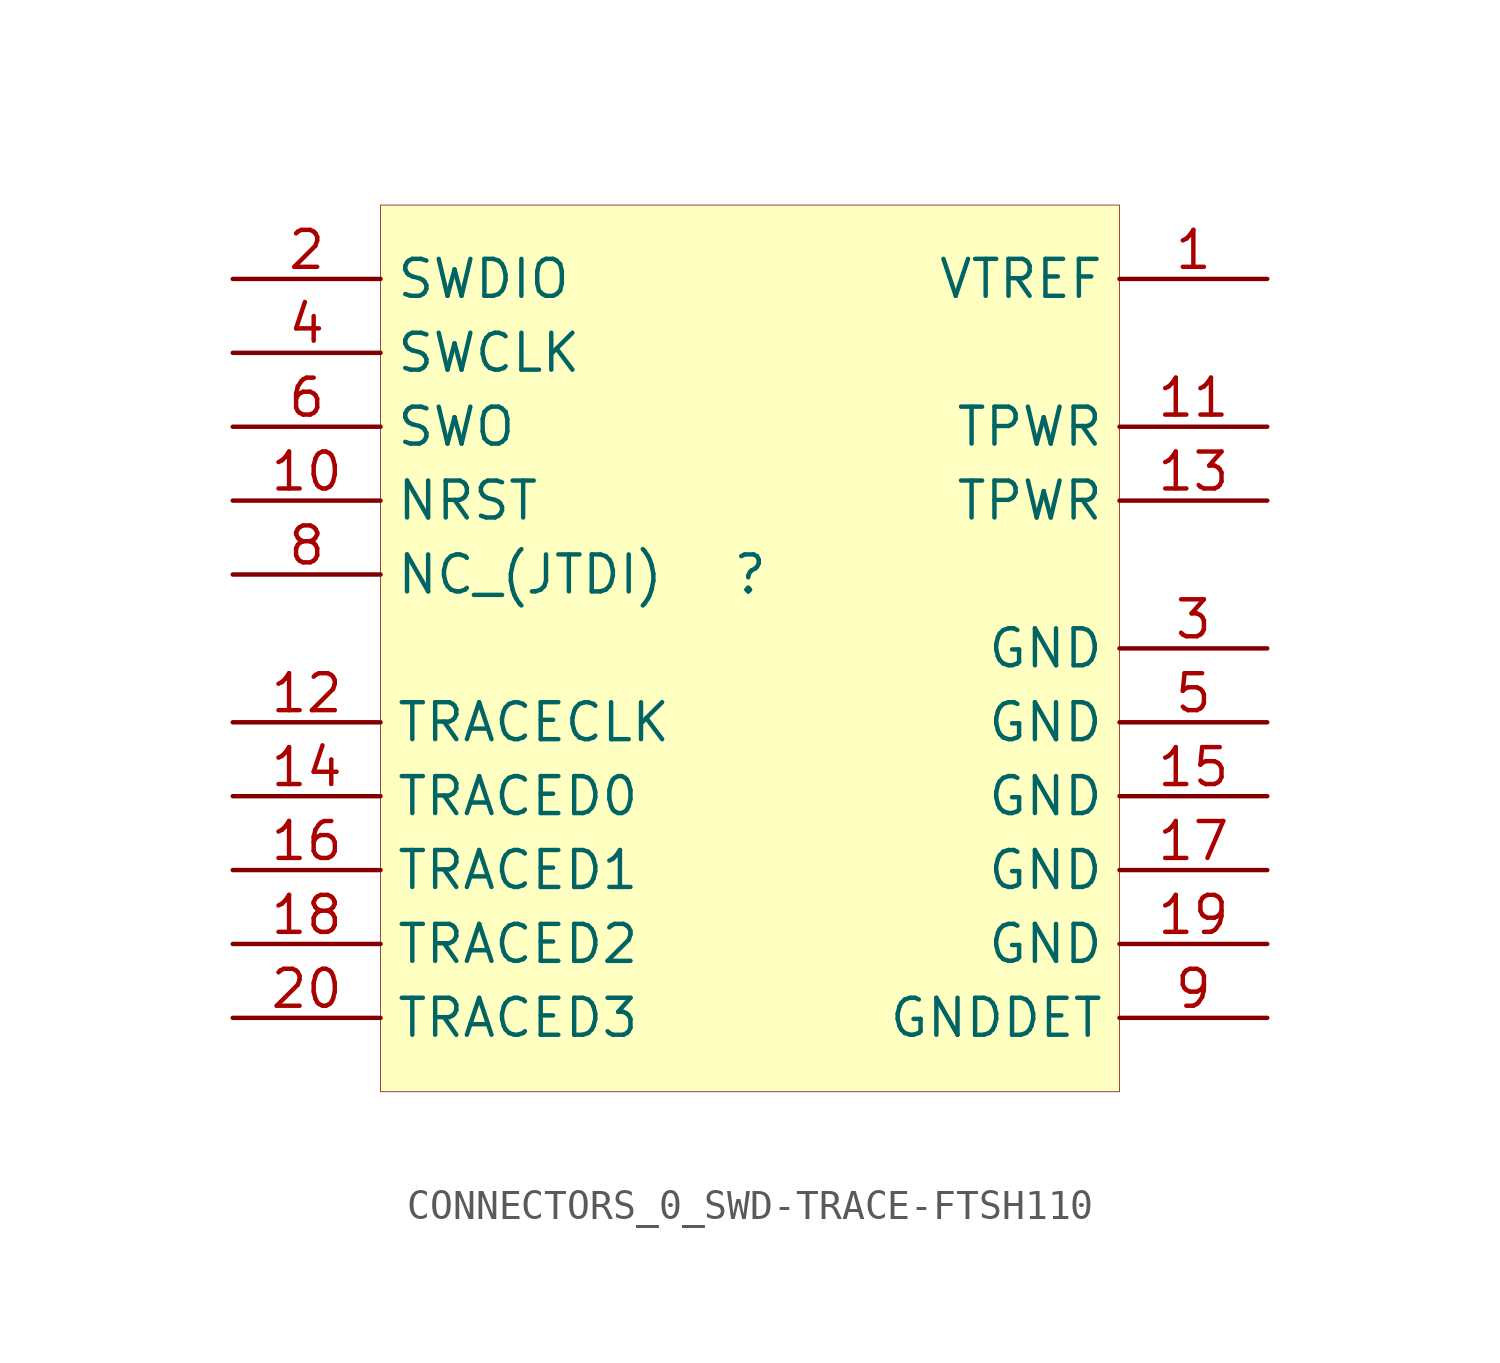
<source format=kicad_sym>
(kicad_symbol_lib
  (version 20231120)
  (generator "kicad_symbol_editor")
  (generator_version "7.99")
  (symbol "CONNECTORS_0_SWD-TRACE-FTSH110"
    (property "Reference" ""
      (at 0 0 0)
      (effects (font (size 1.27 1.27))))
    (property "Value" ""
      (at 0 0 0)
      (effects (font (size 1.27 1.27))))
    (symbol "CONNECTORS_0_SWD-TRACE-FTSH110_1_0"
      (rectangle (start 12.7 12.7) (end -12.7 -17.78) (stroke (width 0.025) (type solid) (color 128 0 0 1)) (fill (type background)))
      (pin passive line (at 17.78 10.16 180) (length 5.08) (name "VTREF" (effects (font (size 1.27 1.27)))) (number "1" (effects (font (size 1.27 1.27)))))
      (pin passive line (at -17.78 2.54 0) (length 5.08) (name "NRST" (effects (font (size 1.27 1.27)))) (number "10" (effects (font (size 1.27 1.27)))))
      (pin passive line (at 17.78 5.08 180) (length 5.08) (name "TPWR" (effects (font (size 1.27 1.27)))) (number "11" (effects (font (size 1.27 1.27)))))
      (pin passive line (at -17.78 -5.08 0) (length 5.08) (name "TRACECLK" (effects (font (size 1.27 1.27)))) (number "12" (effects (font (size 1.27 1.27)))))
      (pin passive line (at 17.78 2.54 180) (length 5.08) (name "TPWR" (effects (font (size 1.27 1.27)))) (number "13" (effects (font (size 1.27 1.27)))))
      (pin passive line (at -17.78 -7.62 0) (length 5.08) (name "TRACED0" (effects (font (size 1.27 1.27)))) (number "14" (effects (font (size 1.27 1.27)))))
      (pin passive line (at 17.78 -7.62 180) (length 5.08) (name "GND" (effects (font (size 1.27 1.27)))) (number "15" (effects (font (size 1.27 1.27)))))
      (pin passive line (at -17.78 -10.16 0) (length 5.08) (name "TRACED1" (effects (font (size 1.27 1.27)))) (number "16" (effects (font (size 1.27 1.27)))))
      (pin passive line (at 17.78 -10.16 180) (length 5.08) (name "GND" (effects (font (size 1.27 1.27)))) (number "17" (effects (font (size 1.27 1.27)))))
      (pin passive line (at -17.78 -12.7 0) (length 5.08) (name "TRACED2" (effects (font (size 1.27 1.27)))) (number "18" (effects (font (size 1.27 1.27)))))
      (pin passive line (at 17.78 -12.7 180) (length 5.08) (name "GND" (effects (font (size 1.27 1.27)))) (number "19" (effects (font (size 1.27 1.27)))))
      (pin passive line (at -17.78 10.16 0) (length 5.08) (name "SWDIO" (effects (font (size 1.27 1.27)))) (number "2" (effects (font (size 1.27 1.27)))))
      (pin passive line (at -17.78 -15.24 0) (length 5.08) (name "TRACED3" (effects (font (size 1.27 1.27)))) (number "20" (effects (font (size 1.27 1.27)))))
      (pin passive line (at 17.78 -2.54 180) (length 5.08) (name "GND" (effects (font (size 1.27 1.27)))) (number "3" (effects (font (size 1.27 1.27)))))
      (pin passive line (at -17.78 7.62 0) (length 5.08) (name "SWCLK" (effects (font (size 1.27 1.27)))) (number "4" (effects (font (size 1.27 1.27)))))
      (pin passive line (at 17.78 -5.08 180) (length 5.08) (name "GND" (effects (font (size 1.27 1.27)))) (number "5" (effects (font (size 1.27 1.27)))))
      (pin passive line (at -17.78 5.08 0) (length 5.08) (name "SWO" (effects (font (size 1.27 1.27)))) (number "6" (effects (font (size 1.27 1.27)))))
      (pin passive line (at -17.78 0 0) (length 5.08) (name "NC_(JTDI)" (effects (font (size 1.27 1.27)))) (number "8" (effects (font (size 1.27 1.27)))))
      (pin passive line (at 17.78 -15.24 180) (length 5.08) (name "GNDDET" (effects (font (size 1.27 1.27)))) (number "9" (effects (font (size 1.27 1.27))))))))
</source>
